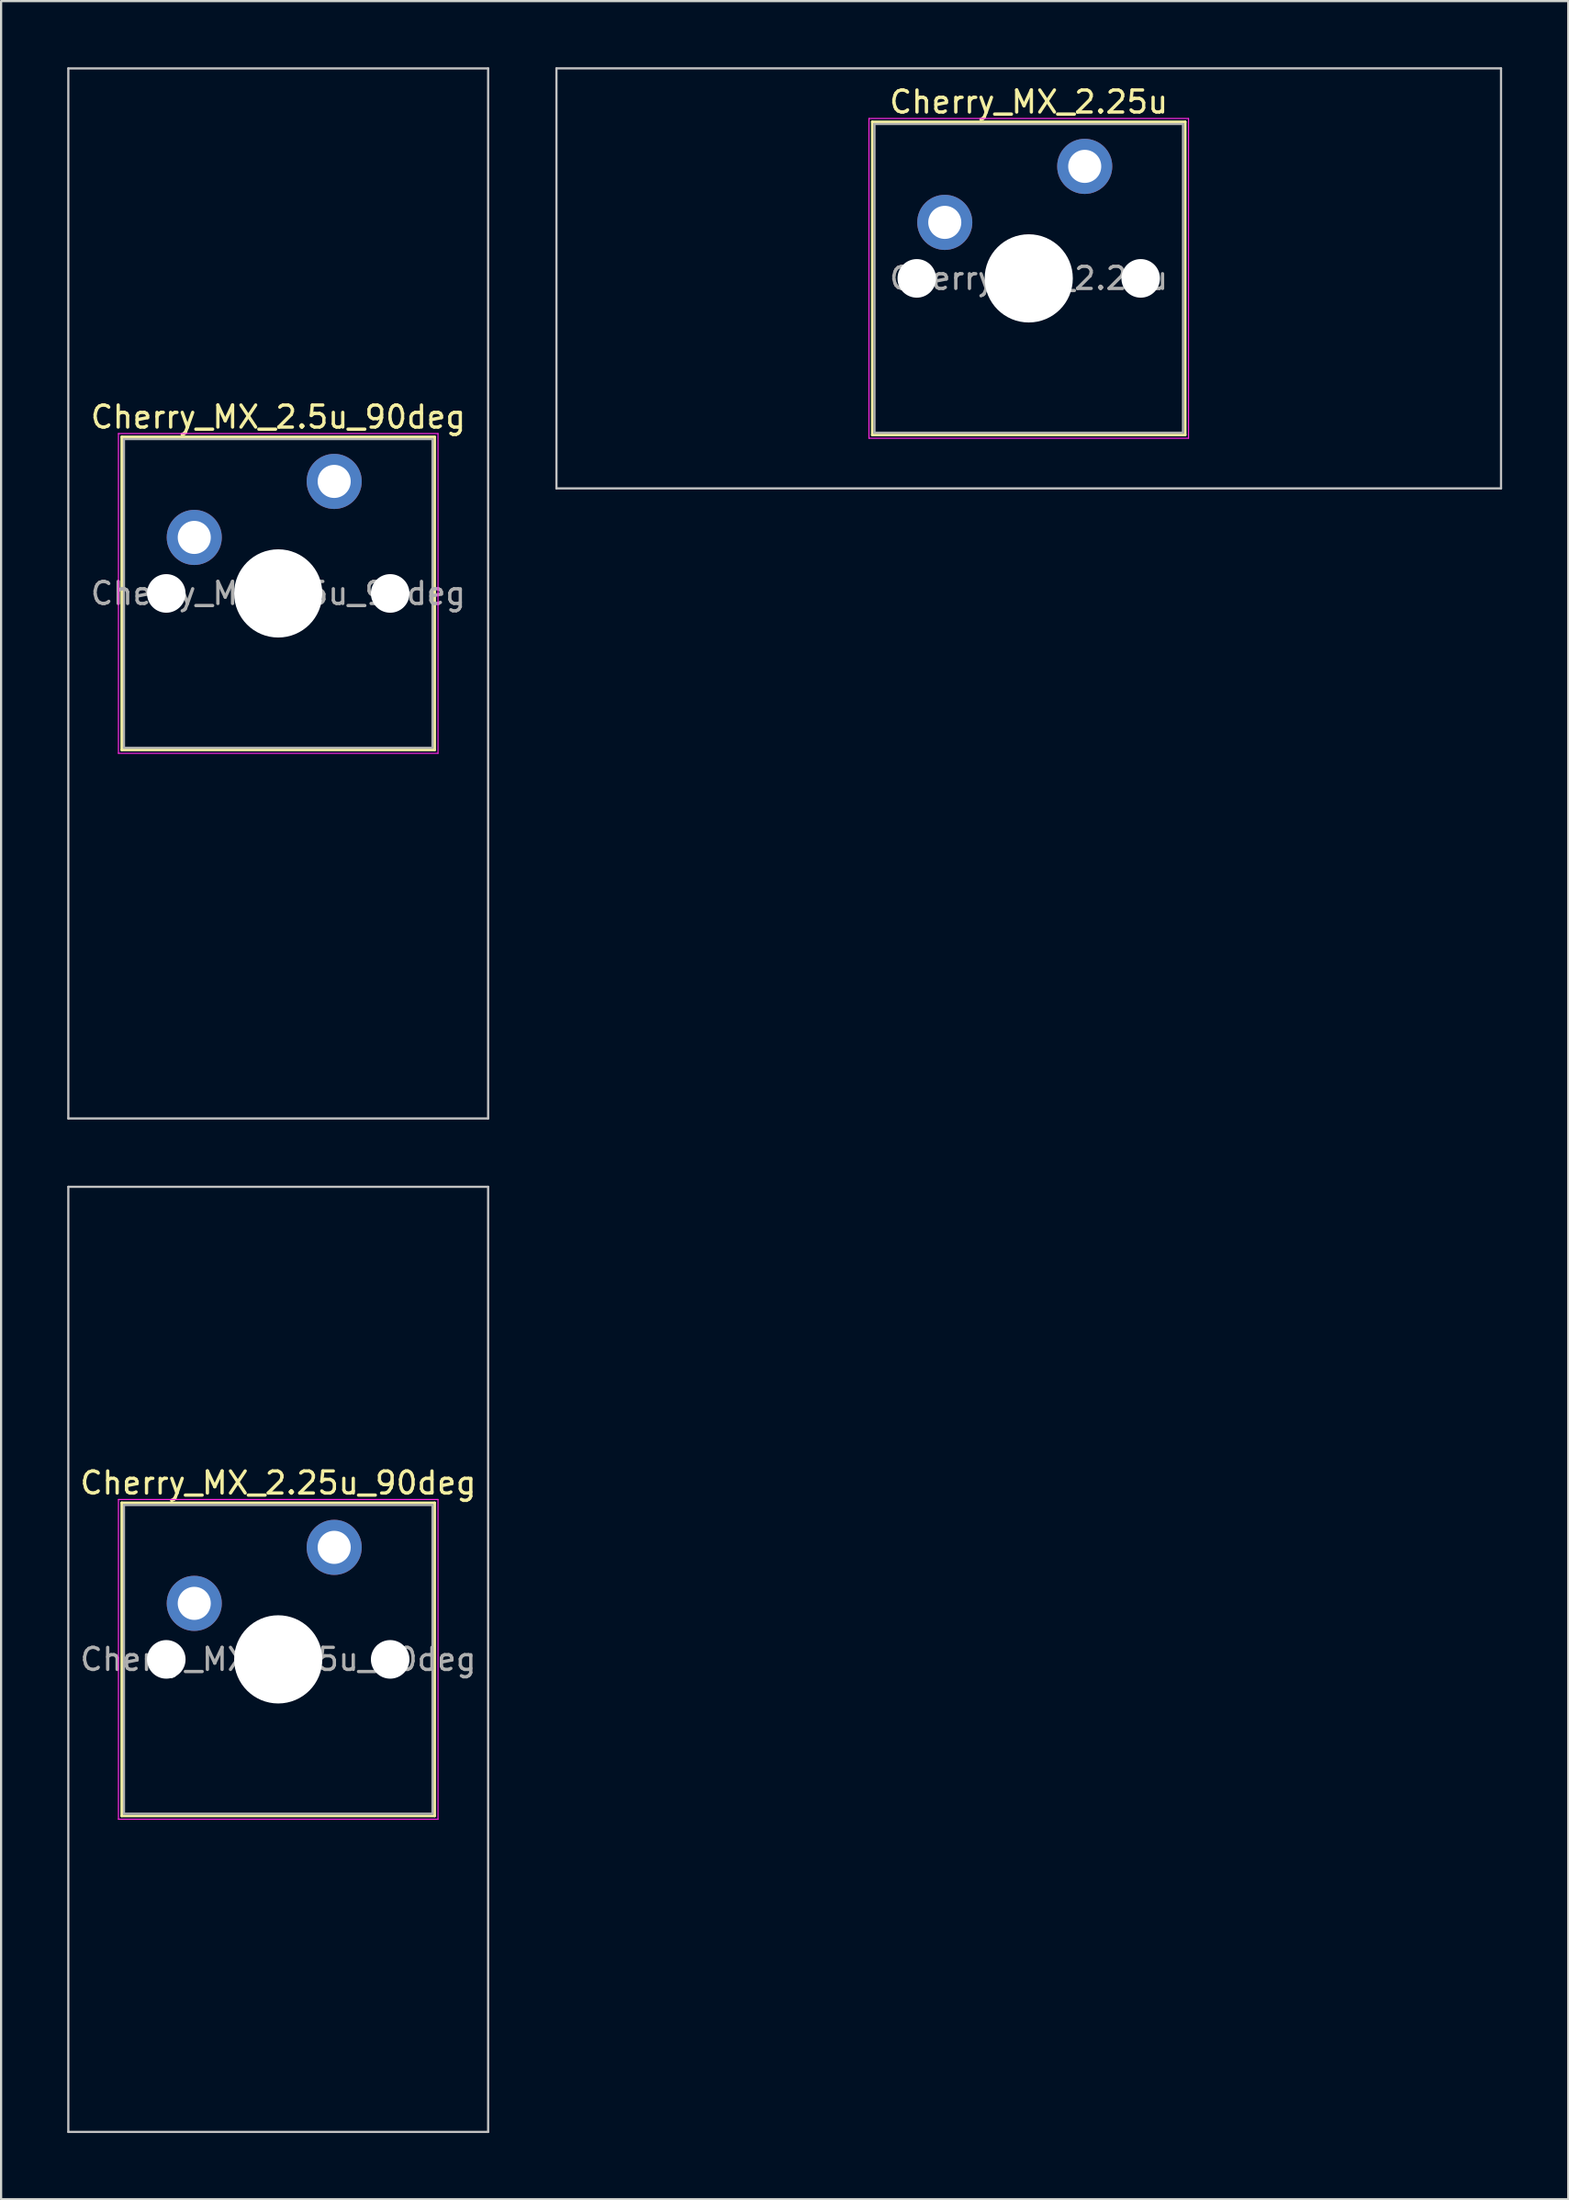
<source format=kicad_pcb>
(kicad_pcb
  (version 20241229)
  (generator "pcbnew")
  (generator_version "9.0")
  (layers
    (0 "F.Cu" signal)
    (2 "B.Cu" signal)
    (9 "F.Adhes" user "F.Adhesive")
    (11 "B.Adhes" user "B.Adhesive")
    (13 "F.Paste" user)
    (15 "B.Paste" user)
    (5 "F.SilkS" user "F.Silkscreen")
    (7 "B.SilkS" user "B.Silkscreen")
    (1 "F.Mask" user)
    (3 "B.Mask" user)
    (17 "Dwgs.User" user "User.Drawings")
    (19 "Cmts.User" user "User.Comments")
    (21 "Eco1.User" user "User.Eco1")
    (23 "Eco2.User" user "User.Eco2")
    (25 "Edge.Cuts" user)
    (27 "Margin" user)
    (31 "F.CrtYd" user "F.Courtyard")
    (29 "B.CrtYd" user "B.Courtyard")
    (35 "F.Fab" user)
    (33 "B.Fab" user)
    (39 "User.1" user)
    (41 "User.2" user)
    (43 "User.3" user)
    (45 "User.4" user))
  (footprint "Cherry_MX_2.25u"
    (layer "F.Cu")
    (at 43.631 9.575)
    (property "Reference" "Cherry_MX_2.25u" (at 0 -8 0) (layer "F.SilkS") (effects (font (size 1 1) (thickness 0.15))))
    (attr through_hole)
    (fp_line (start -7.1 -7.1) (end -7.1 7.1) (stroke (width 0.12) (type solid)) (layer "F.SilkS"))
    (fp_line (start -7.1 7.1) (end 7.1 7.1) (stroke (width 0.12) (type solid)) (layer "F.SilkS"))
    (fp_line (start 7.1 -7.1) (end -7.1 -7.1) (stroke (width 0.12) (type solid)) (layer "F.SilkS"))
    (fp_line (start 7.1 7.1) (end 7.1 -7.1) (stroke (width 0.12) (type solid)) (layer "F.SilkS"))
    (fp_line (start -21.431 -9.525) (end -21.431 9.525) (stroke (width 0.1) (type solid)) (layer "Dwgs.User"))
    (fp_line (start -21.431 9.525) (end 21.431 9.525) (stroke (width 0.1) (type solid)) (layer "Dwgs.User"))
    (fp_line (start 21.431 -9.525) (end -21.431 -9.525) (stroke (width 0.1) (type solid)) (layer "Dwgs.User"))
    (fp_line (start 21.431 9.525) (end 21.431 -9.525) (stroke (width 0.1) (type solid)) (layer "Dwgs.User"))
    (fp_line (start -7 -7) (end -7 7) (stroke (width 0.1) (type solid)) (layer "Eco1.User"))
    (fp_line (start -7 7) (end 7 7) (stroke (width 0.1) (type solid)) (layer "Eco1.User"))
    (fp_line (start 7 -7) (end -7 -7) (stroke (width 0.1) (type solid)) (layer "Eco1.User"))
    (fp_line (start 7 7) (end 7 -7) (stroke (width 0.1) (type solid)) (layer "Eco1.User"))
    (fp_line (start -7.25 -7.25) (end -7.25 7.25) (stroke (width 0.05) (type solid)) (layer "F.CrtYd"))
    (fp_line (start -7.25 7.25) (end 7.25 7.25) (stroke (width 0.05) (type solid)) (layer "F.CrtYd"))
    (fp_line (start 7.25 -7.25) (end -7.25 -7.25) (stroke (width 0.05) (type solid)) (layer "F.CrtYd"))
    (fp_line (start 7.25 7.25) (end 7.25 -7.25) (stroke (width 0.05) (type solid)) (layer "F.CrtYd"))
    (fp_line (start -7 -7) (end -7 7) (stroke (width 0.1) (type solid)) (layer "F.Fab"))
    (fp_line (start -7 7) (end 7 7) (stroke (width 0.1) (type solid)) (layer "F.Fab"))
    (fp_line (start 7 -7) (end -7 -7) (stroke (width 0.1) (type solid)) (layer "F.Fab"))
    (fp_line (start 7 7) (end 7 -7) (stroke (width 0.1) (type solid)) (layer "F.Fab"))
    (fp_text user "${REFERENCE}" (at 0 0 0) (layer "F.Fab") (effects (font (size 1 1) (thickness 0.15))))
    (pad "" np_thru_hole circle (at -5.08 0) (size 1.75 1.75) (drill 1.75) (layers "*.Cu" "*.Mask"))
    (pad "" np_thru_hole circle (at 0 0) (size 4 4) (drill 4) (layers "*.Cu" "*.Mask"))
    (pad "" np_thru_hole circle (at 5.08 0) (size 1.75 1.75) (drill 1.75) (layers "*.Cu" "*.Mask"))
    (pad "1" thru_hole circle (at -3.81 -2.54) (size 2.5 2.5) (drill 1.5) (layers "*.Cu" "*.Mask"))
    (pad "2" thru_hole circle (at 2.54 -5.08) (size 2.5 2.5) (drill 1.5) (layers "*.Cu" "*.Mask")))
  (footprint "Cherry_MX_2.5u_90deg"
    (layer "F.Cu")
    (at 9.575 23.863)
    (property "Reference" "Cherry_MX_2.5u_90deg" (at 0 -8 0) (layer "F.SilkS") (effects (font (size 1 1) (thickness 0.15))))
    (attr through_hole)
    (fp_line (start -7.1 -7.1) (end -7.1 7.1) (stroke (width 0.12) (type solid)) (layer "F.SilkS"))
    (fp_line (start -7.1 7.1) (end 7.1 7.1) (stroke (width 0.12) (type solid)) (layer "F.SilkS"))
    (fp_line (start 7.1 -7.1) (end -7.1 -7.1) (stroke (width 0.12) (type solid)) (layer "F.SilkS"))
    (fp_line (start 7.1 7.1) (end 7.1 -7.1) (stroke (width 0.12) (type solid)) (layer "F.SilkS"))
    (fp_line (start -9.525 -23.812) (end 9.525 -23.812) (stroke (width 0.1) (type solid)) (layer "Dwgs.User"))
    (fp_line (start -9.525 23.812) (end -9.525 -23.812) (stroke (width 0.1) (type solid)) (layer "Dwgs.User"))
    (fp_line (start 9.525 -23.812) (end 9.525 23.812) (stroke (width 0.1) (type solid)) (layer "Dwgs.User"))
    (fp_line (start 9.525 23.812) (end -9.525 23.812) (stroke (width 0.1) (type solid)) (layer "Dwgs.User"))
    (fp_line (start -7 -7) (end -7 7) (stroke (width 0.1) (type solid)) (layer "Eco1.User"))
    (fp_line (start -7 7) (end 7 7) (stroke (width 0.1) (type solid)) (layer "Eco1.User"))
    (fp_line (start 7 -7) (end -7 -7) (stroke (width 0.1) (type solid)) (layer "Eco1.User"))
    (fp_line (start 7 7) (end 7 -7) (stroke (width 0.1) (type solid)) (layer "Eco1.User"))
    (fp_line (start -7.25 -7.25) (end -7.25 7.25) (stroke (width 0.05) (type solid)) (layer "F.CrtYd"))
    (fp_line (start -7.25 7.25) (end 7.25 7.25) (stroke (width 0.05) (type solid)) (layer "F.CrtYd"))
    (fp_line (start 7.25 -7.25) (end -7.25 -7.25) (stroke (width 0.05) (type solid)) (layer "F.CrtYd"))
    (fp_line (start 7.25 7.25) (end 7.25 -7.25) (stroke (width 0.05) (type solid)) (layer "F.CrtYd"))
    (fp_line (start -7 -7) (end -7 7) (stroke (width 0.1) (type solid)) (layer "F.Fab"))
    (fp_line (start -7 7) (end 7 7) (stroke (width 0.1) (type solid)) (layer "F.Fab"))
    (fp_line (start 7 -7) (end -7 -7) (stroke (width 0.1) (type solid)) (layer "F.Fab"))
    (fp_line (start 7 7) (end 7 -7) (stroke (width 0.1) (type solid)) (layer "F.Fab"))
    (fp_text user "${REFERENCE}" (at 0 0 0) (layer "F.Fab") (effects (font (size 1 1) (thickness 0.15))))
    (pad "" np_thru_hole circle (at -5.08 0) (size 1.75 1.75) (drill 1.75) (layers "*.Cu" "*.Mask"))
    (pad "" np_thru_hole circle (at 0 0) (size 4 4) (drill 4) (layers "*.Cu" "*.Mask"))
    (pad "" np_thru_hole circle (at 5.08 0) (size 1.75 1.75) (drill 1.75) (layers "*.Cu" "*.Mask"))
    (pad "1" thru_hole circle (at -3.81 -2.54) (size 2.5 2.5) (drill 1.5) (layers "*.Cu" "*.Mask"))
    (pad "2" thru_hole circle (at 2.54 -5.08) (size 2.5 2.5) (drill 1.5) (layers "*.Cu" "*.Mask")))
  (footprint "Cherry_MX_2.25u_90deg"
    (layer "F.Cu")
    (at 9.575 72.206)
    (property "Reference" "Cherry_MX_2.25u_90deg" (at 0 -8 0) (layer "F.SilkS") (effects (font (size 1 1) (thickness 0.15))))
    (attr through_hole)
    (fp_line (start -7.1 -7.1) (end -7.1 7.1) (stroke (width 0.12) (type solid)) (layer "F.SilkS"))
    (fp_line (start -7.1 7.1) (end 7.1 7.1) (stroke (width 0.12) (type solid)) (layer "F.SilkS"))
    (fp_line (start 7.1 -7.1) (end -7.1 -7.1) (stroke (width 0.12) (type solid)) (layer "F.SilkS"))
    (fp_line (start 7.1 7.1) (end 7.1 -7.1) (stroke (width 0.12) (type solid)) (layer "F.SilkS"))
    (fp_line (start -9.525 -21.431) (end 9.525 -21.431) (stroke (width 0.1) (type solid)) (layer "Dwgs.User"))
    (fp_line (start -9.525 21.431) (end -9.525 -21.431) (stroke (width 0.1) (type solid)) (layer "Dwgs.User"))
    (fp_line (start 9.525 -21.431) (end 9.525 21.431) (stroke (width 0.1) (type solid)) (layer "Dwgs.User"))
    (fp_line (start 9.525 21.431) (end -9.525 21.431) (stroke (width 0.1) (type solid)) (layer "Dwgs.User"))
    (fp_line (start -7 -7) (end -7 7) (stroke (width 0.1) (type solid)) (layer "Eco1.User"))
    (fp_line (start -7 7) (end 7 7) (stroke (width 0.1) (type solid)) (layer "Eco1.User"))
    (fp_line (start 7 -7) (end -7 -7) (stroke (width 0.1) (type solid)) (layer "Eco1.User"))
    (fp_line (start 7 7) (end 7 -7) (stroke (width 0.1) (type solid)) (layer "Eco1.User"))
    (fp_line (start -7.25 -7.25) (end -7.25 7.25) (stroke (width 0.05) (type solid)) (layer "F.CrtYd"))
    (fp_line (start -7.25 7.25) (end 7.25 7.25) (stroke (width 0.05) (type solid)) (layer "F.CrtYd"))
    (fp_line (start 7.25 -7.25) (end -7.25 -7.25) (stroke (width 0.05) (type solid)) (layer "F.CrtYd"))
    (fp_line (start 7.25 7.25) (end 7.25 -7.25) (stroke (width 0.05) (type solid)) (layer "F.CrtYd"))
    (fp_line (start -7 -7) (end -7 7) (stroke (width 0.1) (type solid)) (layer "F.Fab"))
    (fp_line (start -7 7) (end 7 7) (stroke (width 0.1) (type solid)) (layer "F.Fab"))
    (fp_line (start 7 -7) (end -7 -7) (stroke (width 0.1) (type solid)) (layer "F.Fab"))
    (fp_line (start 7 7) (end 7 -7) (stroke (width 0.1) (type solid)) (layer "F.Fab"))
    (fp_text user "${REFERENCE}" (at 0 0 0) (layer "F.Fab") (effects (font (size 1 1) (thickness 0.15))))
    (pad "" np_thru_hole circle (at -5.08 0) (size 1.75 1.75) (drill 1.75) (layers "*.Cu" "*.Mask"))
    (pad "" np_thru_hole circle (at 0 0) (size 4 4) (drill 4) (layers "*.Cu" "*.Mask"))
    (pad "" np_thru_hole circle (at 5.08 0) (size 1.75 1.75) (drill 1.75) (layers "*.Cu" "*.Mask"))
    (pad "1" thru_hole circle (at -3.81 -2.54) (size 2.5 2.5) (drill 1.5) (layers "*.Cu" "*.Mask"))
    (pad "2" thru_hole circle (at 2.54 -5.08) (size 2.5 2.5) (drill 1.5) (layers "*.Cu" "*.Mask")))
  (gr_rect
    (start -3 -3)
    (end 68.112 96.688)
    (stroke (width 0.1) (type default))
    (fill no)
    (layer "Edge.Cuts")))
</source>
